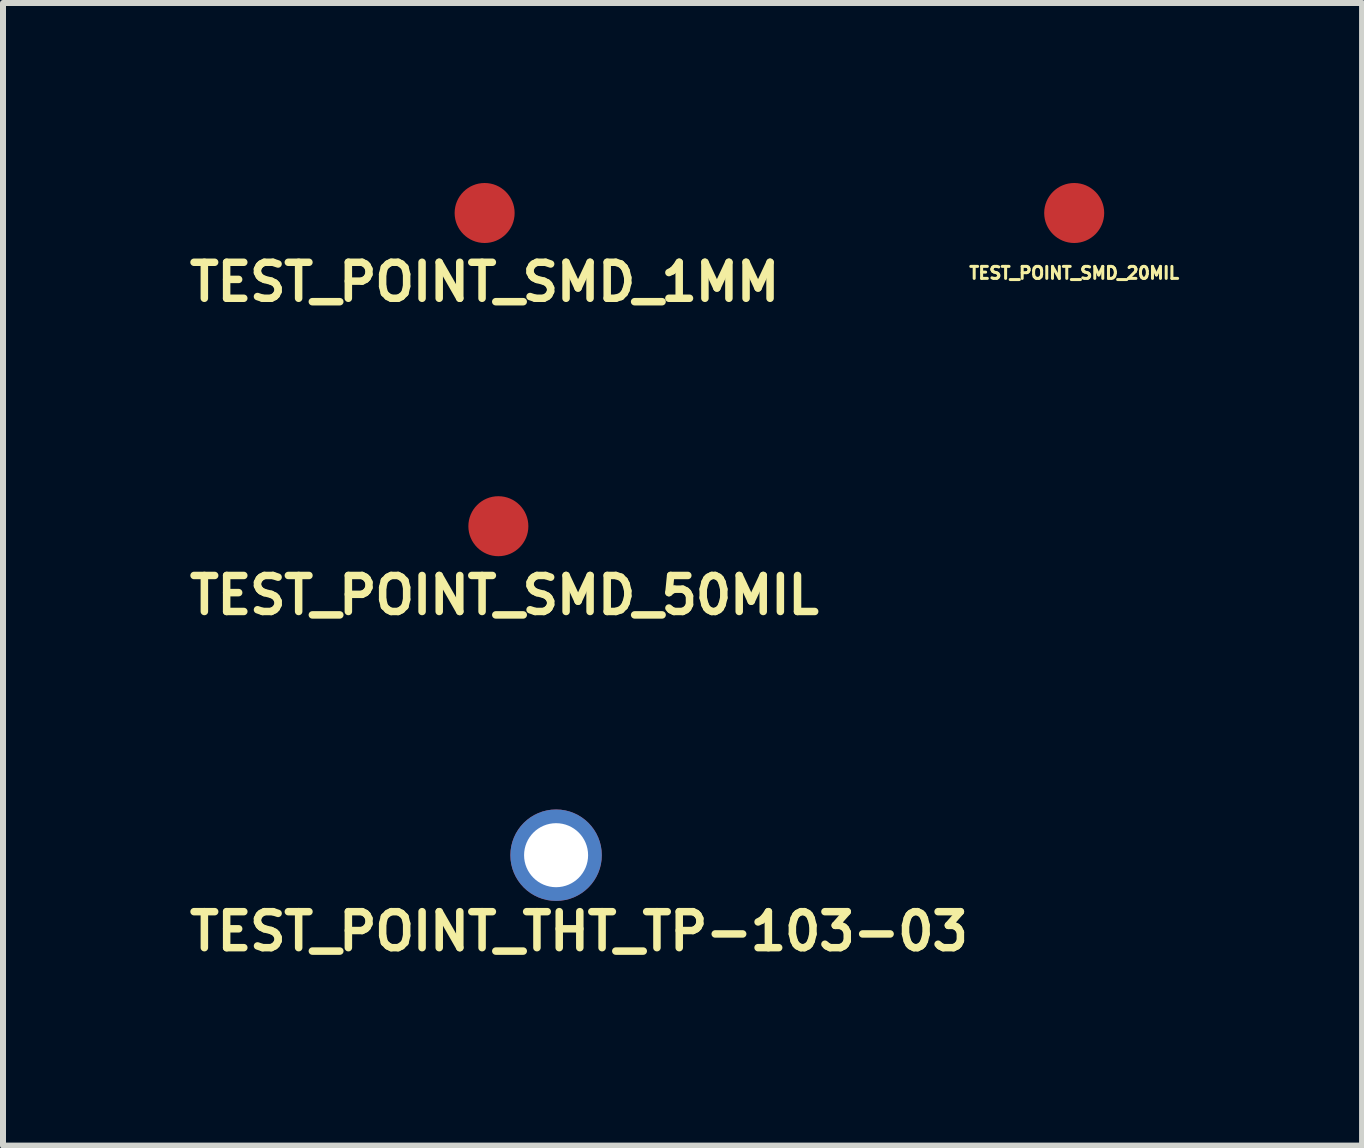
<source format=kicad_pcb>
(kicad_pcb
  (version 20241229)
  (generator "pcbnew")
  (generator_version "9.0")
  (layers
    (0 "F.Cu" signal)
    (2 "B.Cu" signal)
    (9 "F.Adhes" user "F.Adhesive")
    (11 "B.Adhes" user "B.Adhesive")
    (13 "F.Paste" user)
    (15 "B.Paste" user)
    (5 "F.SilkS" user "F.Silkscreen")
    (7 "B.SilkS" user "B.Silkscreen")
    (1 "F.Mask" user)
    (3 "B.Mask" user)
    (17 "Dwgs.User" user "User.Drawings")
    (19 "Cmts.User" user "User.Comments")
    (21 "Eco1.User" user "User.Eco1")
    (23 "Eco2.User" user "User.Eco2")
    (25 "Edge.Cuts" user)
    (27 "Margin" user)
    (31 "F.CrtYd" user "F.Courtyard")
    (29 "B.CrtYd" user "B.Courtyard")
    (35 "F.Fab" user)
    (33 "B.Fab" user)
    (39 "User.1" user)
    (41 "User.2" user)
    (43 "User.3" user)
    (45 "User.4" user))
  (footprint "TEST_POINT_SMD_50MIL"
    (layer "F.Cu")
    (at 5.256 5.72)
    (property "Reference" "TEST_POINT_SMD_50MIL" (at 0.1 1.15 0) (layer "F.SilkS") (effects (font (size 0.6 0.6) (thickness 0.125))))
    (attr through_hole)
    (pad "1" smd circle (at 0 0) (size 1 1) (layers "F.Cu" "F.Mask" "F.Paste")))
  (footprint "TEST_POINT_SMD_1MM"
    (layer "F.Cu")
    (at 5.027 0.5)
    (property "Reference" "TEST_POINT_SMD_1MM" (at 0 1.15 0) (layer "F.SilkS") (effects (font (size 0.6 0.6) (thickness 0.125))))
    (attr through_hole)
    (pad "1" smd circle (at 0 0) (size 1 1) (layers "F.Cu" "F.Mask" "F.Paste")))
  (footprint "TEST_POINT_SMD_20MIL"
    (layer "F.Cu")
    (at 14.853 0.5)
    (property "Reference" "TEST_POINT_SMD_20MIL" (at 0 1 0) (layer "F.SilkS") (effects (font (size 0.2 0.2) (thickness 0.05))))
    (attr through_hole)
    (pad "1" smd circle (at 0 0) (size 1 1) (layers "F.Cu" "F.Mask" "F.Paste")))
  (footprint "TEST_POINT_THT_TP-103-03"
    (layer "F.Cu")
    (at 6.218 11.203)
    (property "Reference" "TEST_POINT_THT_TP-103-03" (at 0.381 1.27 0) (layer "F.SilkS") (effects (font (size 0.6 0.6) (thickness 0.125))))
    (attr through_hole)
    (pad "1" thru_hole circle (at 0 0) (size 1.524 1.524) (drill 1.067) (layers "*.Cu" "*.Mask")))
  (gr_rect
    (start -3 -3)
    (end 19.651 16.043)
    (stroke (width 0.1) (type default))
    (fill no)
    (layer "Edge.Cuts")))
</source>
